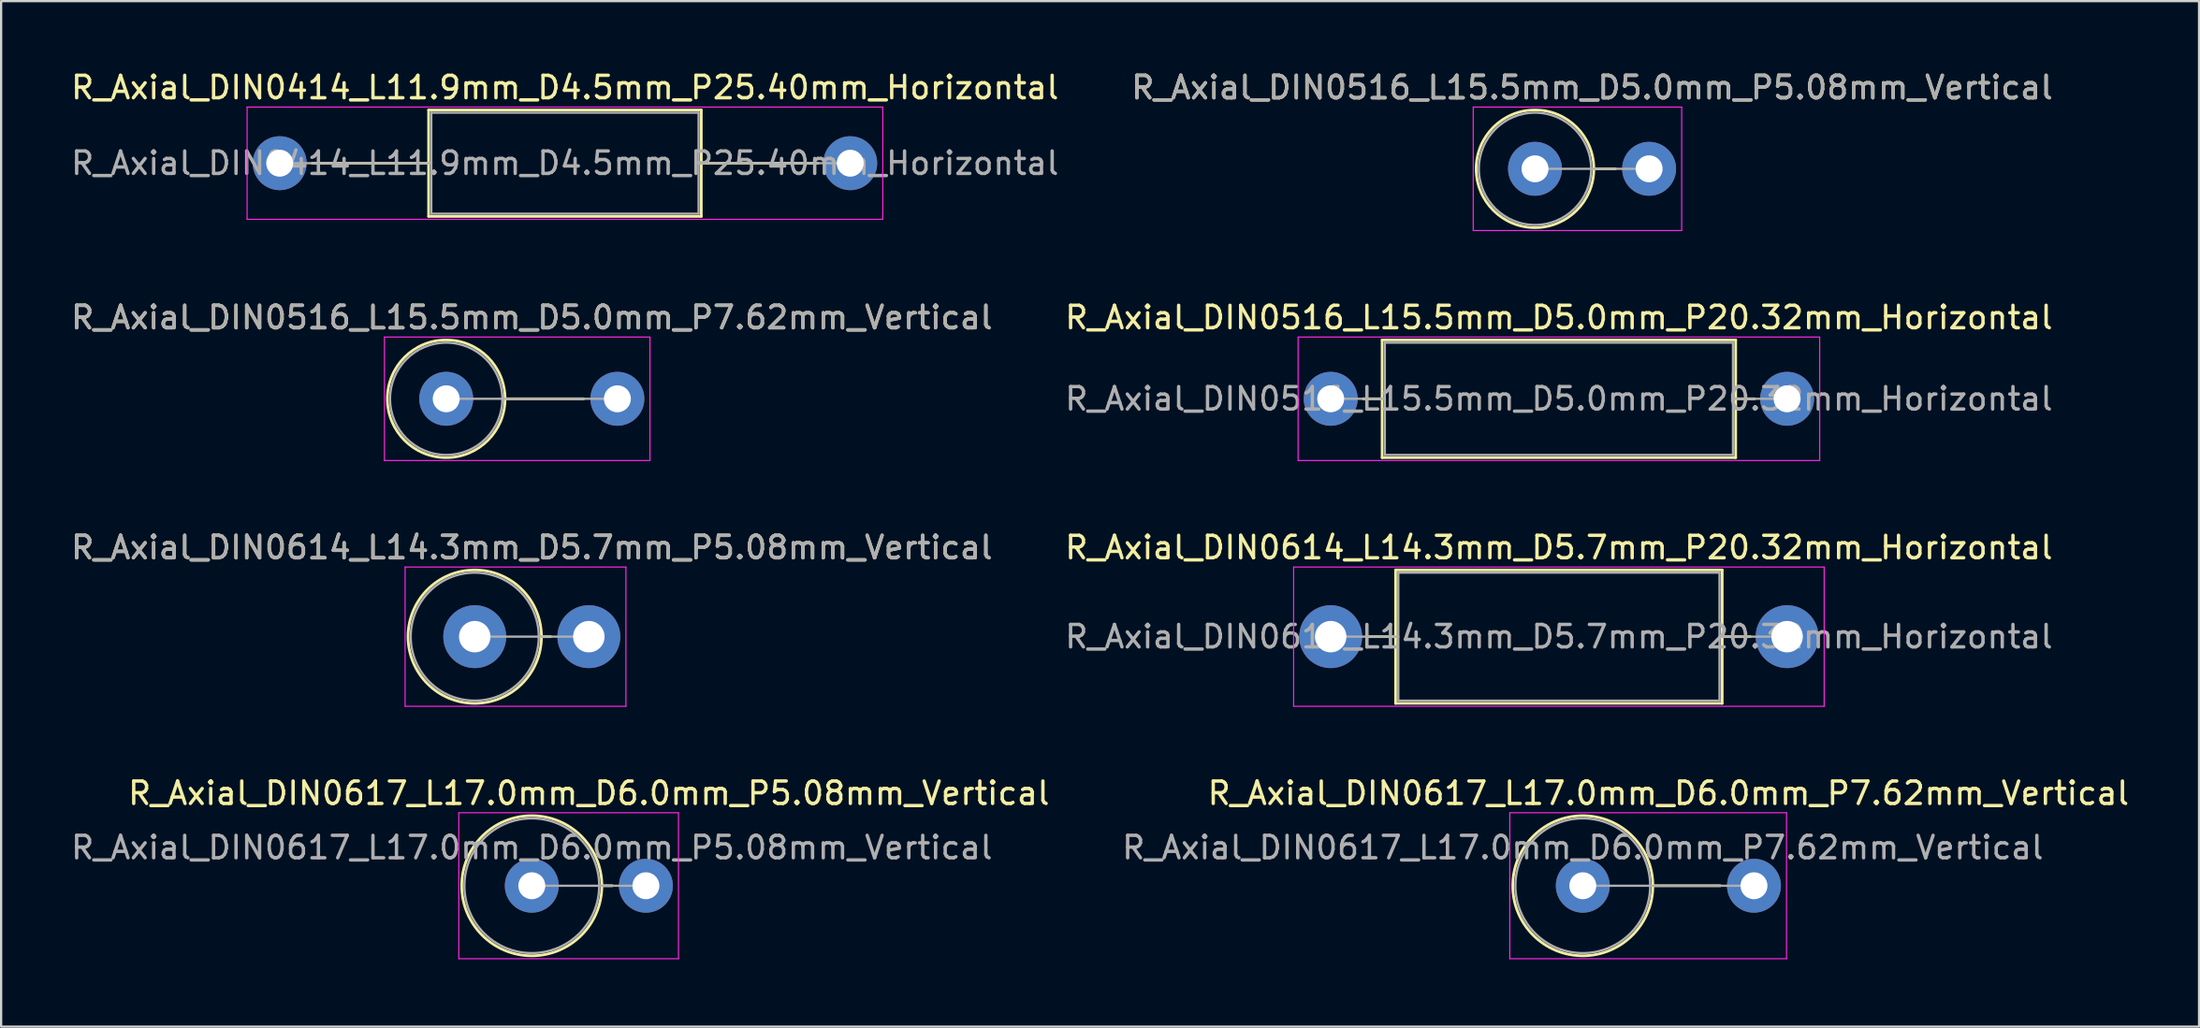
<source format=kicad_pcb>
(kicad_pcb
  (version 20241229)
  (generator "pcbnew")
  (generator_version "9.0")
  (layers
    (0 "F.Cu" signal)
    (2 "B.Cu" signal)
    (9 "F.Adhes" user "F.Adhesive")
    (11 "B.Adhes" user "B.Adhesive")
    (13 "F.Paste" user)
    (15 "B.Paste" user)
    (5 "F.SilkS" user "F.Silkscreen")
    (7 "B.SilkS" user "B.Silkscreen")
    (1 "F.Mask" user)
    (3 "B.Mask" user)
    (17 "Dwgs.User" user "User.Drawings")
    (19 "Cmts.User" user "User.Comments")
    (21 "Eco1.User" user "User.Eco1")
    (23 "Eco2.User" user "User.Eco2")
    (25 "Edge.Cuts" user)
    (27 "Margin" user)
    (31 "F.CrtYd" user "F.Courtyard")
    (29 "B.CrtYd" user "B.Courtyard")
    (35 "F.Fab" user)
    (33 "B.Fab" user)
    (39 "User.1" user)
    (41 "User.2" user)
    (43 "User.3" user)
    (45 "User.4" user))
  (footprint "R_Axial_DIN0614_L14.3mm_D5.7mm_P5.08mm_Vertical"
    (layer "F.Cu")
    (at 18.085 25.305)
    (property "Reference" "R_Axial_DIN0614_L14.3mm_D5.7mm_P5.08mm_Vertical" (at 2.54 -3.97 0) (layer "F.SilkS") (effects (font (size 1 1) (thickness 0.15))))
    (attr through_hole)
    (fp_line (start 2.97 0) (end 3.38 0) (stroke (width 0.12) (type solid)) (layer "F.SilkS"))
    (fp_circle (center 0 0) (end 2.97 0) (stroke (width 0.12) (type solid)) (fill no) (layer "F.SilkS"))
    (fp_line (start -3.1 -3.1) (end -3.1 3.1) (stroke (width 0.05) (type solid)) (layer "F.CrtYd"))
    (fp_line (start -3.1 3.1) (end 6.73 3.1) (stroke (width 0.05) (type solid)) (layer "F.CrtYd"))
    (fp_line (start 6.73 -3.1) (end -3.1 -3.1) (stroke (width 0.05) (type solid)) (layer "F.CrtYd"))
    (fp_line (start 6.73 3.1) (end 6.73 -3.1) (stroke (width 0.05) (type solid)) (layer "F.CrtYd"))
    (fp_line (start 0 0) (end 5.08 0) (stroke (width 0.1) (type solid)) (layer "F.Fab"))
    (fp_circle (center 0 0) (end 2.85 0) (stroke (width 0.1) (type solid)) (fill no) (layer "F.Fab"))
    (fp_text user "${REFERENCE}" (at 2.54 -3.97 0) (layer "F.Fab") (effects (font (size 1 1) (thickness 0.15))))
    (pad "1" thru_hole circle (at 0 0) (size 2.8 2.8) (drill 1.4) (layers "*.Cu" "*.Mask"))
    (pad "2" thru_hole circle (at 5.08 0) (size 2.8 2.8) (drill 1.4) (layers "*.Cu" "*.Mask")))
  (footprint "R_Axial_DIN0617_L17.0mm_D6.0mm_P5.08mm_Vertical"
    (layer "F.Cu")
    (at 20.625 36.398)
    (property "Reference" "R_Axial_DIN0617_L17.0mm_D6.0mm_P5.08mm_Vertical" (at 2.54 -4.12 0) (layer "F.SilkS") (effects (font (size 1 1) (thickness 0.15))))
    (attr through_hole)
    (fp_line (start 3.12 0) (end 3.58 0) (stroke (width 0.12) (type solid)) (layer "F.SilkS"))
    (fp_circle (center 0 0) (end 3.12 0) (stroke (width 0.12) (type solid)) (fill no) (layer "F.SilkS"))
    (fp_line (start -3.25 -3.25) (end -3.25 3.25) (stroke (width 0.05) (type solid)) (layer "F.CrtYd"))
    (fp_line (start -3.25 3.25) (end 6.53 3.25) (stroke (width 0.05) (type solid)) (layer "F.CrtYd"))
    (fp_line (start 6.53 -3.25) (end -3.25 -3.25) (stroke (width 0.05) (type solid)) (layer "F.CrtYd"))
    (fp_line (start 6.53 3.25) (end 6.53 -3.25) (stroke (width 0.05) (type solid)) (layer "F.CrtYd"))
    (fp_line (start 0 0) (end 5.08 0) (stroke (width 0.1) (type solid)) (layer "F.Fab"))
    (fp_circle (center 0 0) (end 3 0) (stroke (width 0.1) (type solid)) (fill no) (layer "F.Fab"))
    (fp_text user "${REFERENCE}" (at 0 -1.7 0) (layer "F.Fab") (effects (font (size 1 1) (thickness 0.15))))
    (pad "1" thru_hole circle (at 0 0) (size 2.4 2.4) (drill 1.2) (layers "*.Cu" "*.Mask"))
    (pad "2" thru_hole oval (at 5.08 0) (size 2.4 2.4) (drill 1.2) (layers "*.Cu" "*.Mask")))
  (footprint "R_Axial_DIN0614_L14.3mm_D5.7mm_P20.32mm_Horizontal"
    (layer "F.Cu")
    (at 56.191 25.305)
    (property "Reference" "R_Axial_DIN0614_L14.3mm_D5.7mm_P20.32mm_Horizontal" (at 10.16 -3.97 0) (layer "F.SilkS") (effects (font (size 1 1) (thickness 0.15))))
    (attr through_hole)
    (fp_line (start 1.64 0) (end 2.89 0) (stroke (width 0.12) (type solid)) (layer "F.SilkS"))
    (fp_line (start 2.89 -2.97) (end 2.89 2.97) (stroke (width 0.12) (type solid)) (layer "F.SilkS"))
    (fp_line (start 2.89 2.97) (end 17.43 2.97) (stroke (width 0.12) (type solid)) (layer "F.SilkS"))
    (fp_line (start 17.43 -2.97) (end 2.89 -2.97) (stroke (width 0.12) (type solid)) (layer "F.SilkS"))
    (fp_line (start 17.43 2.97) (end 17.43 -2.97) (stroke (width 0.12) (type solid)) (layer "F.SilkS"))
    (fp_line (start 18.68 0) (end 17.43 0) (stroke (width 0.12) (type solid)) (layer "F.SilkS"))
    (fp_line (start -1.65 -3.1) (end -1.65 3.1) (stroke (width 0.05) (type solid)) (layer "F.CrtYd"))
    (fp_line (start -1.65 3.1) (end 21.97 3.1) (stroke (width 0.05) (type solid)) (layer "F.CrtYd"))
    (fp_line (start 21.97 -3.1) (end -1.65 -3.1) (stroke (width 0.05) (type solid)) (layer "F.CrtYd"))
    (fp_line (start 21.97 3.1) (end 21.97 -3.1) (stroke (width 0.05) (type solid)) (layer "F.CrtYd"))
    (fp_line (start 0 0) (end 3.01 0) (stroke (width 0.1) (type solid)) (layer "F.Fab"))
    (fp_line (start 3.01 -2.85) (end 3.01 2.85) (stroke (width 0.1) (type solid)) (layer "F.Fab"))
    (fp_line (start 3.01 2.85) (end 17.31 2.85) (stroke (width 0.1) (type solid)) (layer "F.Fab"))
    (fp_line (start 17.31 -2.85) (end 3.01 -2.85) (stroke (width 0.1) (type solid)) (layer "F.Fab"))
    (fp_line (start 17.31 2.85) (end 17.31 -2.85) (stroke (width 0.1) (type solid)) (layer "F.Fab"))
    (fp_line (start 20.32 0) (end 17.31 0) (stroke (width 0.1) (type solid)) (layer "F.Fab"))
    (fp_text user "${REFERENCE}" (at 10.16 0 0) (layer "F.Fab") (effects (font (size 1 1) (thickness 0.15))))
    (pad "1" thru_hole circle (at 0 0) (size 2.8 2.8) (drill 1.4) (layers "*.Cu" "*.Mask"))
    (pad "2" thru_hole circle (at 20.32 0) (size 2.8 2.8) (drill 1.4) (layers "*.Cu" "*.Mask")))
  (footprint "R_Axial_DIN0516_L15.5mm_D5.0mm_P20.32mm_Horizontal"
    (layer "F.Cu")
    (at 56.191 14.711)
    (property "Reference" "R_Axial_DIN0516_L15.5mm_D5.0mm_P20.32mm_Horizontal" (at 10.16 -3.62 0) (layer "F.SilkS") (effects (font (size 1 1) (thickness 0.15))))
    (attr through_hole)
    (fp_line (start 1.44 0) (end 2.29 0) (stroke (width 0.12) (type solid)) (layer "F.SilkS"))
    (fp_line (start 2.29 -2.62) (end 2.29 2.62) (stroke (width 0.12) (type solid)) (layer "F.SilkS"))
    (fp_line (start 2.29 2.62) (end 18.03 2.62) (stroke (width 0.12) (type solid)) (layer "F.SilkS"))
    (fp_line (start 18.03 -2.62) (end 2.29 -2.62) (stroke (width 0.12) (type solid)) (layer "F.SilkS"))
    (fp_line (start 18.03 2.62) (end 18.03 -2.62) (stroke (width 0.12) (type solid)) (layer "F.SilkS"))
    (fp_line (start 18.88 0) (end 18.03 0) (stroke (width 0.12) (type solid)) (layer "F.SilkS"))
    (fp_line (start -1.45 -2.75) (end -1.45 2.75) (stroke (width 0.05) (type solid)) (layer "F.CrtYd"))
    (fp_line (start -1.45 2.75) (end 21.77 2.75) (stroke (width 0.05) (type solid)) (layer "F.CrtYd"))
    (fp_line (start 21.77 -2.75) (end -1.45 -2.75) (stroke (width 0.05) (type solid)) (layer "F.CrtYd"))
    (fp_line (start 21.77 2.75) (end 21.77 -2.75) (stroke (width 0.05) (type solid)) (layer "F.CrtYd"))
    (fp_line (start 0 0) (end 2.41 0) (stroke (width 0.1) (type solid)) (layer "F.Fab"))
    (fp_line (start 2.41 -2.5) (end 2.41 2.5) (stroke (width 0.1) (type solid)) (layer "F.Fab"))
    (fp_line (start 2.41 2.5) (end 17.91 2.5) (stroke (width 0.1) (type solid)) (layer "F.Fab"))
    (fp_line (start 17.91 -2.5) (end 2.41 -2.5) (stroke (width 0.1) (type solid)) (layer "F.Fab"))
    (fp_line (start 17.91 2.5) (end 17.91 -2.5) (stroke (width 0.1) (type solid)) (layer "F.Fab"))
    (fp_line (start 20.32 0) (end 17.91 0) (stroke (width 0.1) (type solid)) (layer "F.Fab"))
    (fp_text user "${REFERENCE}" (at 10.16 0 0) (layer "F.Fab") (effects (font (size 1 1) (thickness 0.15))))
    (pad "1" thru_hole circle (at 0 0) (size 2.4 2.4) (drill 1.2) (layers "*.Cu" "*.Mask"))
    (pad "2" thru_hole circle (at 20.32 0) (size 2.4 2.4) (drill 1.2) (layers "*.Cu" "*.Mask")))
  (footprint "R_Axial_DIN0414_L11.9mm_D4.5mm_P25.40mm_Horizontal"
    (layer "F.Cu")
    (at 9.401 4.218)
    (property "Reference" "R_Axial_DIN0414_L11.9mm_D4.5mm_P25.40mm_Horizontal" (at 12.7 -3.37 0) (layer "F.SilkS") (effects (font (size 1 1) (thickness 0.15))))
    (attr through_hole)
    (fp_line (start 1.44 0) (end 6.63 0) (stroke (width 0.12) (type solid)) (layer "F.SilkS"))
    (fp_line (start 6.63 -2.37) (end 6.63 2.37) (stroke (width 0.12) (type solid)) (layer "F.SilkS"))
    (fp_line (start 6.63 2.37) (end 18.77 2.37) (stroke (width 0.12) (type solid)) (layer "F.SilkS"))
    (fp_line (start 18.77 -2.37) (end 6.63 -2.37) (stroke (width 0.12) (type solid)) (layer "F.SilkS"))
    (fp_line (start 18.77 2.37) (end 18.77 -2.37) (stroke (width 0.12) (type solid)) (layer "F.SilkS"))
    (fp_line (start 23.96 0) (end 18.77 0) (stroke (width 0.12) (type solid)) (layer "F.SilkS"))
    (fp_line (start -1.45 -2.5) (end -1.45 2.5) (stroke (width 0.05) (type solid)) (layer "F.CrtYd"))
    (fp_line (start -1.45 2.5) (end 26.85 2.5) (stroke (width 0.05) (type solid)) (layer "F.CrtYd"))
    (fp_line (start 26.85 -2.5) (end -1.45 -2.5) (stroke (width 0.05) (type solid)) (layer "F.CrtYd"))
    (fp_line (start 26.85 2.5) (end 26.85 -2.5) (stroke (width 0.05) (type solid)) (layer "F.CrtYd"))
    (fp_line (start 0 0) (end 6.75 0) (stroke (width 0.1) (type solid)) (layer "F.Fab"))
    (fp_line (start 6.75 -2.25) (end 6.75 2.25) (stroke (width 0.1) (type solid)) (layer "F.Fab"))
    (fp_line (start 6.75 2.25) (end 18.65 2.25) (stroke (width 0.1) (type solid)) (layer "F.Fab"))
    (fp_line (start 18.65 -2.25) (end 6.75 -2.25) (stroke (width 0.1) (type solid)) (layer "F.Fab"))
    (fp_line (start 18.65 2.25) (end 18.65 -2.25) (stroke (width 0.1) (type solid)) (layer "F.Fab"))
    (fp_line (start 25.4 0) (end 18.65 0) (stroke (width 0.1) (type solid)) (layer "F.Fab"))
    (fp_text user "${REFERENCE}" (at 12.7 0 0) (layer "F.Fab") (effects (font (size 1 1) (thickness 0.15))))
    (pad "1" thru_hole circle (at 0 0) (size 2.4 2.4) (drill 1.2) (layers "*.Cu" "*.Mask"))
    (pad "2" thru_hole circle (at 25.4 0) (size 2.4 2.4) (drill 1.2) (layers "*.Cu" "*.Mask")))
  (footprint "R_Axial_DIN0516_L15.5mm_D5.0mm_P7.62mm_Vertical"
    (layer "F.Cu")
    (at 16.815 14.711)
    (property "Reference" "R_Axial_DIN0516_L15.5mm_D5.0mm_P7.62mm_Vertical" (at 3.81 -3.62 0) (layer "F.SilkS") (effects (font (size 1 1) (thickness 0.15))))
    (attr through_hole)
    (fp_line (start 2.62 0) (end 6.12 0) (stroke (width 0.12) (type solid)) (layer "F.SilkS"))
    (fp_circle (center 0 0) (end 2.62 0) (stroke (width 0.12) (type solid)) (fill no) (layer "F.SilkS"))
    (fp_line (start -2.75 -2.75) (end -2.75 2.75) (stroke (width 0.05) (type solid)) (layer "F.CrtYd"))
    (fp_line (start -2.75 2.75) (end 9.07 2.75) (stroke (width 0.05) (type solid)) (layer "F.CrtYd"))
    (fp_line (start 9.07 -2.75) (end -2.75 -2.75) (stroke (width 0.05) (type solid)) (layer "F.CrtYd"))
    (fp_line (start 9.07 2.75) (end 9.07 -2.75) (stroke (width 0.05) (type solid)) (layer "F.CrtYd"))
    (fp_line (start 0 0) (end 7.62 0) (stroke (width 0.1) (type solid)) (layer "F.Fab"))
    (fp_circle (center 0 0) (end 2.5 0) (stroke (width 0.1) (type solid)) (fill no) (layer "F.Fab"))
    (fp_text user "${REFERENCE}" (at 3.81 -3.62 0) (layer "F.Fab") (effects (font (size 1 1) (thickness 0.15))))
    (pad "1" thru_hole circle (at 0 0) (size 2.4 2.4) (drill 1.2) (layers "*.Cu" "*.Mask"))
    (pad "2" thru_hole circle (at 7.62 0) (size 2.4 2.4) (drill 1.2) (layers "*.Cu" "*.Mask")))
  (footprint "R_Axial_DIN0617_L17.0mm_D6.0mm_P7.62mm_Vertical"
    (layer "F.Cu")
    (at 67.415 36.398)
    (property "Reference" "R_Axial_DIN0617_L17.0mm_D6.0mm_P7.62mm_Vertical" (at 3.81 -4.12 0) (layer "F.SilkS") (effects (font (size 1 1) (thickness 0.15))))
    (attr through_hole)
    (fp_line (start 3.12 0) (end 6.12 0) (stroke (width 0.12) (type solid)) (layer "F.SilkS"))
    (fp_circle (center 0 0) (end 3.12 0) (stroke (width 0.12) (type solid)) (fill no) (layer "F.SilkS"))
    (fp_line (start -3.25 -3.25) (end -3.25 3.25) (stroke (width 0.05) (type solid)) (layer "F.CrtYd"))
    (fp_line (start -3.25 3.25) (end 9.07 3.25) (stroke (width 0.05) (type solid)) (layer "F.CrtYd"))
    (fp_line (start 9.07 -3.25) (end -3.25 -3.25) (stroke (width 0.05) (type solid)) (layer "F.CrtYd"))
    (fp_line (start 9.07 3.25) (end 9.07 -3.25) (stroke (width 0.05) (type solid)) (layer "F.CrtYd"))
    (fp_line (start 0 0) (end 7.62 0) (stroke (width 0.1) (type solid)) (layer "F.Fab"))
    (fp_circle (center 0 0) (end 3 0) (stroke (width 0.1) (type solid)) (fill no) (layer "F.Fab"))
    (fp_text user "${REFERENCE}" (at 0 -1.7 0) (layer "F.Fab") (effects (font (size 1 1) (thickness 0.15))))
    (pad "1" thru_hole circle (at 0 0) (size 2.4 2.4) (drill 1.2) (layers "*.Cu" "*.Mask"))
    (pad "2" thru_hole circle (at 7.62 0) (size 2.4 2.4) (drill 1.2) (layers "*.Cu" "*.Mask")))
  (footprint "R_Axial_DIN0516_L15.5mm_D5.0mm_P5.08mm_Vertical"
    (layer "F.Cu")
    (at 65.287 4.468)
    (property "Reference" "R_Axial_DIN0516_L15.5mm_D5.0mm_P5.08mm_Vertical" (at 2.54 -3.62 0) (layer "F.SilkS") (effects (font (size 1 1) (thickness 0.15))))
    (attr through_hole)
    (fp_line (start 2.62 0) (end 3.58 0) (stroke (width 0.12) (type solid)) (layer "F.SilkS"))
    (fp_circle (center 0 0) (end 2.62 0) (stroke (width 0.12) (type solid)) (fill no) (layer "F.SilkS"))
    (fp_line (start -2.75 -2.75) (end -2.75 2.75) (stroke (width 0.05) (type solid)) (layer "F.CrtYd"))
    (fp_line (start -2.75 2.75) (end 6.53 2.75) (stroke (width 0.05) (type solid)) (layer "F.CrtYd"))
    (fp_line (start 6.53 -2.75) (end -2.75 -2.75) (stroke (width 0.05) (type solid)) (layer "F.CrtYd"))
    (fp_line (start 6.53 2.75) (end 6.53 -2.75) (stroke (width 0.05) (type solid)) (layer "F.CrtYd"))
    (fp_line (start 0 0) (end 5.08 0) (stroke (width 0.1) (type solid)) (layer "F.Fab"))
    (fp_circle (center 0 0) (end 2.5 0) (stroke (width 0.1) (type solid)) (fill no) (layer "F.Fab"))
    (fp_text user "${REFERENCE}" (at 2.54 -3.62 0) (layer "F.Fab") (effects (font (size 1 1) (thickness 0.15))))
    (pad "1" thru_hole circle (at 0 0) (size 2.4 2.4) (drill 1.2) (layers "*.Cu" "*.Mask"))
    (pad "2" thru_hole oval (at 5.08 0) (size 2.4 2.4) (drill 1.2) (layers "*.Cu" "*.Mask")))
  (gr_rect
    (start -3 -3)
    (end 94.85 42.673)
    (stroke (width 0.1) (type default))
    (fill no)
    (layer "Edge.Cuts")))
</source>
